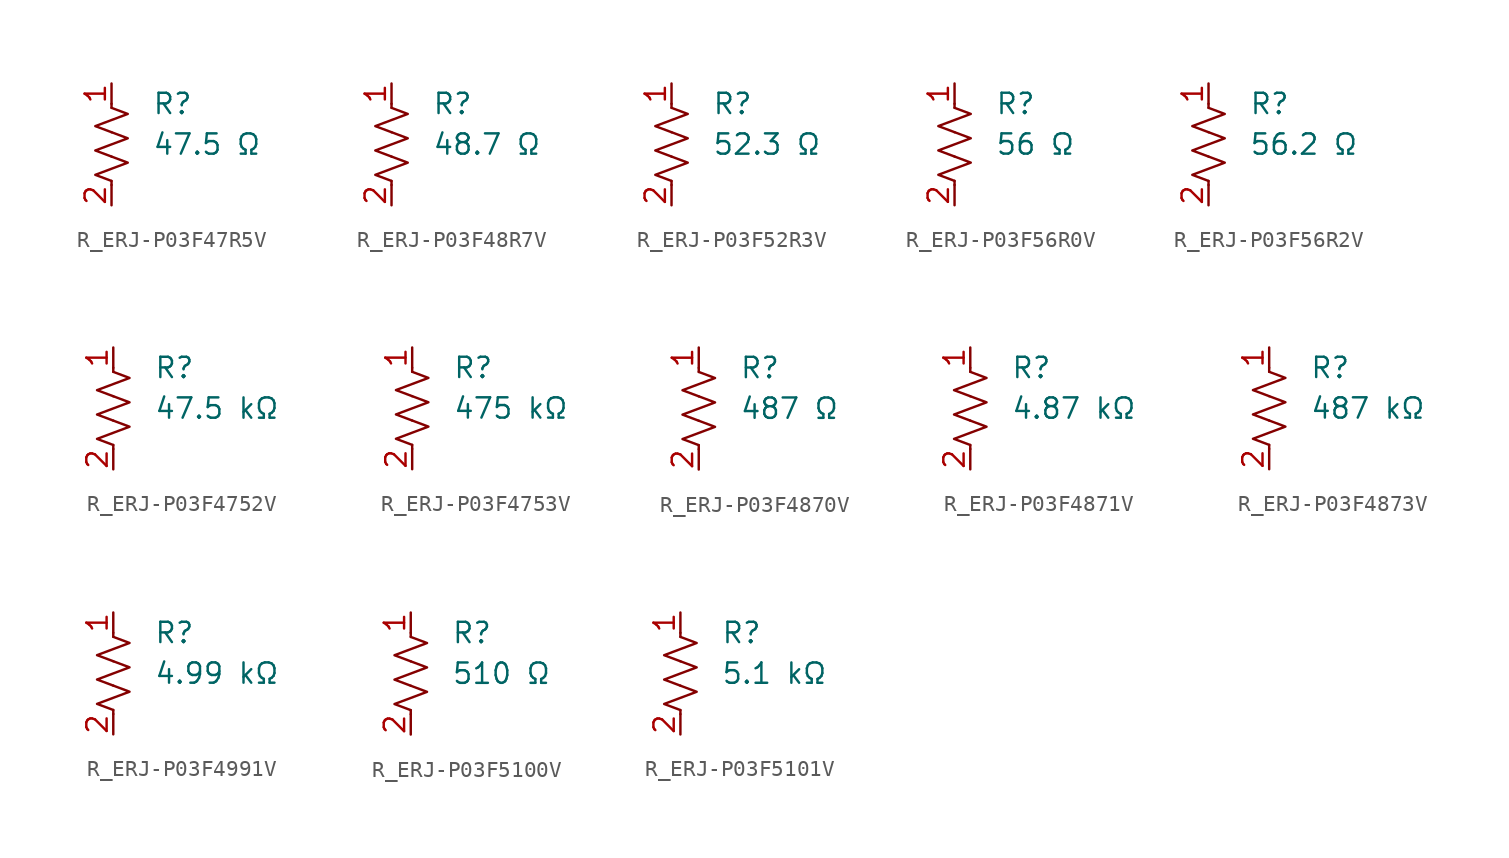
<source format=kicad_sym>
(kicad_symbol_lib
  (version 20231120)
  (generator "kicad_symbol_editor")
  (generator_version "8.0")
  (symbol "R_ERJ-P03F47R5V"
    (pin_names
      (offset 0.254))
    (property "Value" "47.5 Ω"
      (at 2.54 0 0)
      (effects (font (size 1.27 1.27)) (justify left)))
    (property "Reference" "R"
      (at 2.54 2.54 0)
      (effects (font (size 1.27 1.27)) (justify left)))
    (symbol "R_ERJ-P03F47R5V_0_1"
      (polyline (pts (xy 0 -2.286) (xy 0 -2.54)) (stroke (width 0) (type default)) (fill (type none)))
      (polyline (pts (xy 0 2.286) (xy 0 2.54)) (stroke (width 0) (type default)) (fill (type none)))
      (polyline (pts (xy 0 -0.762) (xy 1.016 -1.143) (xy 0 -1.524) (xy -1.016 -1.905) (xy 0 -2.286)) (stroke (width 0) (type default)) (fill (type none)))
      (polyline (pts (xy 0 0.762) (xy 1.016 0.381) (xy 0 0) (xy -1.016 -0.381) (xy 0 -0.762)) (stroke (width 0) (type default)) (fill (type none)))
      (polyline (pts (xy 0 2.286) (xy 1.016 1.905) (xy 0 1.524) (xy -1.016 1.143) (xy 0 0.762)) (stroke (width 0) (type default)) (fill (type none))))
    (symbol "R_ERJ-P03F47R5V_1_1"
      (pin passive line (at 0 3.81 270) (length 1.27) (name "~" (effects (font (size 1.27 1.27)))) (number "1" (effects (font (size 1.27 1.27)))))
      (pin passive line (at 0 -3.81 90) (length 1.27) (name "~" (effects (font (size 1.27 1.27)))) (number "2" (effects (font (size 1.27 1.27)))))))
  (symbol "R_ERJ-P03F48R7V"
    (pin_names
      (offset 0.254))
    (property "Value" "48.7 Ω"
      (at 2.54 0 0)
      (effects (font (size 1.27 1.27)) (justify left)))
    (property "Reference" "R"
      (at 2.54 2.54 0)
      (effects (font (size 1.27 1.27)) (justify left)))
    (symbol "R_ERJ-P03F48R7V_0_1"
      (polyline (pts (xy 0 -2.286) (xy 0 -2.54)) (stroke (width 0) (type default)) (fill (type none)))
      (polyline (pts (xy 0 2.286) (xy 0 2.54)) (stroke (width 0) (type default)) (fill (type none)))
      (polyline (pts (xy 0 -0.762) (xy 1.016 -1.143) (xy 0 -1.524) (xy -1.016 -1.905) (xy 0 -2.286)) (stroke (width 0) (type default)) (fill (type none)))
      (polyline (pts (xy 0 0.762) (xy 1.016 0.381) (xy 0 0) (xy -1.016 -0.381) (xy 0 -0.762)) (stroke (width 0) (type default)) (fill (type none)))
      (polyline (pts (xy 0 2.286) (xy 1.016 1.905) (xy 0 1.524) (xy -1.016 1.143) (xy 0 0.762)) (stroke (width 0) (type default)) (fill (type none))))
    (symbol "R_ERJ-P03F48R7V_1_1"
      (pin passive line (at 0 3.81 270) (length 1.27) (name "~" (effects (font (size 1.27 1.27)))) (number "1" (effects (font (size 1.27 1.27)))))
      (pin passive line (at 0 -3.81 90) (length 1.27) (name "~" (effects (font (size 1.27 1.27)))) (number "2" (effects (font (size 1.27 1.27)))))))
  (symbol "R_ERJ-P03F52R3V"
    (pin_names
      (offset 0.254))
    (property "Value" "52.3 Ω"
      (at 2.54 0 0)
      (effects (font (size 1.27 1.27)) (justify left)))
    (property "Reference" "R"
      (at 2.54 2.54 0)
      (effects (font (size 1.27 1.27)) (justify left)))
    (symbol "R_ERJ-P03F52R3V_0_1"
      (polyline (pts (xy 0 -2.286) (xy 0 -2.54)) (stroke (width 0) (type default)) (fill (type none)))
      (polyline (pts (xy 0 2.286) (xy 0 2.54)) (stroke (width 0) (type default)) (fill (type none)))
      (polyline (pts (xy 0 -0.762) (xy 1.016 -1.143) (xy 0 -1.524) (xy -1.016 -1.905) (xy 0 -2.286)) (stroke (width 0) (type default)) (fill (type none)))
      (polyline (pts (xy 0 0.762) (xy 1.016 0.381) (xy 0 0) (xy -1.016 -0.381) (xy 0 -0.762)) (stroke (width 0) (type default)) (fill (type none)))
      (polyline (pts (xy 0 2.286) (xy 1.016 1.905) (xy 0 1.524) (xy -1.016 1.143) (xy 0 0.762)) (stroke (width 0) (type default)) (fill (type none))))
    (symbol "R_ERJ-P03F52R3V_1_1"
      (pin passive line (at 0 3.81 270) (length 1.27) (name "~" (effects (font (size 1.27 1.27)))) (number "1" (effects (font (size 1.27 1.27)))))
      (pin passive line (at 0 -3.81 90) (length 1.27) (name "~" (effects (font (size 1.27 1.27)))) (number "2" (effects (font (size 1.27 1.27)))))))
  (symbol "R_ERJ-P03F56R0V"
    (pin_names
      (offset 0.254))
    (property "Value" "56 Ω"
      (at 2.54 0 0)
      (effects (font (size 1.27 1.27)) (justify left)))
    (property "Reference" "R"
      (at 2.54 2.54 0)
      (effects (font (size 1.27 1.27)) (justify left)))
    (symbol "R_ERJ-P03F56R0V_0_1"
      (polyline (pts (xy 0 -2.286) (xy 0 -2.54)) (stroke (width 0) (type default)) (fill (type none)))
      (polyline (pts (xy 0 2.286) (xy 0 2.54)) (stroke (width 0) (type default)) (fill (type none)))
      (polyline (pts (xy 0 -0.762) (xy 1.016 -1.143) (xy 0 -1.524) (xy -1.016 -1.905) (xy 0 -2.286)) (stroke (width 0) (type default)) (fill (type none)))
      (polyline (pts (xy 0 0.762) (xy 1.016 0.381) (xy 0 0) (xy -1.016 -0.381) (xy 0 -0.762)) (stroke (width 0) (type default)) (fill (type none)))
      (polyline (pts (xy 0 2.286) (xy 1.016 1.905) (xy 0 1.524) (xy -1.016 1.143) (xy 0 0.762)) (stroke (width 0) (type default)) (fill (type none))))
    (symbol "R_ERJ-P03F56R0V_1_1"
      (pin passive line (at 0 3.81 270) (length 1.27) (name "~" (effects (font (size 1.27 1.27)))) (number "1" (effects (font (size 1.27 1.27)))))
      (pin passive line (at 0 -3.81 90) (length 1.27) (name "~" (effects (font (size 1.27 1.27)))) (number "2" (effects (font (size 1.27 1.27)))))))
  (symbol "R_ERJ-P03F56R2V"
    (pin_names
      (offset 0.254))
    (property "Value" "56.2 Ω"
      (at 2.54 0 0)
      (effects (font (size 1.27 1.27)) (justify left)))
    (property "Reference" "R"
      (at 2.54 2.54 0)
      (effects (font (size 1.27 1.27)) (justify left)))
    (symbol "R_ERJ-P03F56R2V_0_1"
      (polyline (pts (xy 0 -2.286) (xy 0 -2.54)) (stroke (width 0) (type default)) (fill (type none)))
      (polyline (pts (xy 0 2.286) (xy 0 2.54)) (stroke (width 0) (type default)) (fill (type none)))
      (polyline (pts (xy 0 -0.762) (xy 1.016 -1.143) (xy 0 -1.524) (xy -1.016 -1.905) (xy 0 -2.286)) (stroke (width 0) (type default)) (fill (type none)))
      (polyline (pts (xy 0 0.762) (xy 1.016 0.381) (xy 0 0) (xy -1.016 -0.381) (xy 0 -0.762)) (stroke (width 0) (type default)) (fill (type none)))
      (polyline (pts (xy 0 2.286) (xy 1.016 1.905) (xy 0 1.524) (xy -1.016 1.143) (xy 0 0.762)) (stroke (width 0) (type default)) (fill (type none))))
    (symbol "R_ERJ-P03F56R2V_1_1"
      (pin passive line (at 0 3.81 270) (length 1.27) (name "~" (effects (font (size 1.27 1.27)))) (number "1" (effects (font (size 1.27 1.27)))))
      (pin passive line (at 0 -3.81 90) (length 1.27) (name "~" (effects (font (size 1.27 1.27)))) (number "2" (effects (font (size 1.27 1.27)))))))
  (symbol "R_ERJ-P03F4752V"
    (pin_names
      (offset 0.254))
    (property "Value" "47.5 kΩ"
      (at 2.54 0 0)
      (effects (font (size 1.27 1.27)) (justify left)))
    (property "Reference" "R"
      (at 2.54 2.54 0)
      (effects (font (size 1.27 1.27)) (justify left)))
    (symbol "R_ERJ-P03F4752V_0_1"
      (polyline (pts (xy 0 -2.286) (xy 0 -2.54)) (stroke (width 0) (type default)) (fill (type none)))
      (polyline (pts (xy 0 2.286) (xy 0 2.54)) (stroke (width 0) (type default)) (fill (type none)))
      (polyline (pts (xy 0 -0.762) (xy 1.016 -1.143) (xy 0 -1.524) (xy -1.016 -1.905) (xy 0 -2.286)) (stroke (width 0) (type default)) (fill (type none)))
      (polyline (pts (xy 0 0.762) (xy 1.016 0.381) (xy 0 0) (xy -1.016 -0.381) (xy 0 -0.762)) (stroke (width 0) (type default)) (fill (type none)))
      (polyline (pts (xy 0 2.286) (xy 1.016 1.905) (xy 0 1.524) (xy -1.016 1.143) (xy 0 0.762)) (stroke (width 0) (type default)) (fill (type none))))
    (symbol "R_ERJ-P03F4752V_1_1"
      (pin passive line (at 0 3.81 270) (length 1.27) (name "~" (effects (font (size 1.27 1.27)))) (number "1" (effects (font (size 1.27 1.27)))))
      (pin passive line (at 0 -3.81 90) (length 1.27) (name "~" (effects (font (size 1.27 1.27)))) (number "2" (effects (font (size 1.27 1.27)))))))
  (symbol "R_ERJ-P03F4753V"
    (pin_names
      (offset 0.254))
    (property "Value" "475 kΩ"
      (at 2.54 0 0)
      (effects (font (size 1.27 1.27)) (justify left)))
    (property "Reference" "R"
      (at 2.54 2.54 0)
      (effects (font (size 1.27 1.27)) (justify left)))
    (symbol "R_ERJ-P03F4753V_0_1"
      (polyline (pts (xy 0 -2.286) (xy 0 -2.54)) (stroke (width 0) (type default)) (fill (type none)))
      (polyline (pts (xy 0 2.286) (xy 0 2.54)) (stroke (width 0) (type default)) (fill (type none)))
      (polyline (pts (xy 0 -0.762) (xy 1.016 -1.143) (xy 0 -1.524) (xy -1.016 -1.905) (xy 0 -2.286)) (stroke (width 0) (type default)) (fill (type none)))
      (polyline (pts (xy 0 0.762) (xy 1.016 0.381) (xy 0 0) (xy -1.016 -0.381) (xy 0 -0.762)) (stroke (width 0) (type default)) (fill (type none)))
      (polyline (pts (xy 0 2.286) (xy 1.016 1.905) (xy 0 1.524) (xy -1.016 1.143) (xy 0 0.762)) (stroke (width 0) (type default)) (fill (type none))))
    (symbol "R_ERJ-P03F4753V_1_1"
      (pin passive line (at 0 3.81 270) (length 1.27) (name "~" (effects (font (size 1.27 1.27)))) (number "1" (effects (font (size 1.27 1.27)))))
      (pin passive line (at 0 -3.81 90) (length 1.27) (name "~" (effects (font (size 1.27 1.27)))) (number "2" (effects (font (size 1.27 1.27)))))))
  (symbol "R_ERJ-P03F4870V"
    (pin_names
      (offset 0.254))
    (property "Value" "487 Ω"
      (at 2.54 0 0)
      (effects (font (size 1.27 1.27)) (justify left)))
    (property "Reference" "R"
      (at 2.54 2.54 0)
      (effects (font (size 1.27 1.27)) (justify left)))
    (symbol "R_ERJ-P03F4870V_0_1"
      (polyline (pts (xy 0 -2.286) (xy 0 -2.54)) (stroke (width 0) (type default)) (fill (type none)))
      (polyline (pts (xy 0 2.286) (xy 0 2.54)) (stroke (width 0) (type default)) (fill (type none)))
      (polyline (pts (xy 0 -0.762) (xy 1.016 -1.143) (xy 0 -1.524) (xy -1.016 -1.905) (xy 0 -2.286)) (stroke (width 0) (type default)) (fill (type none)))
      (polyline (pts (xy 0 0.762) (xy 1.016 0.381) (xy 0 0) (xy -1.016 -0.381) (xy 0 -0.762)) (stroke (width 0) (type default)) (fill (type none)))
      (polyline (pts (xy 0 2.286) (xy 1.016 1.905) (xy 0 1.524) (xy -1.016 1.143) (xy 0 0.762)) (stroke (width 0) (type default)) (fill (type none))))
    (symbol "R_ERJ-P03F4870V_1_1"
      (pin passive line (at 0 3.81 270) (length 1.27) (name "~" (effects (font (size 1.27 1.27)))) (number "1" (effects (font (size 1.27 1.27)))))
      (pin passive line (at 0 -3.81 90) (length 1.27) (name "~" (effects (font (size 1.27 1.27)))) (number "2" (effects (font (size 1.27 1.27)))))))
  (symbol "R_ERJ-P03F4871V"
    (pin_names
      (offset 0.254))
    (property "Value" "4.87 kΩ"
      (at 2.54 0 0)
      (effects (font (size 1.27 1.27)) (justify left)))
    (property "Reference" "R"
      (at 2.54 2.54 0)
      (effects (font (size 1.27 1.27)) (justify left)))
    (symbol "R_ERJ-P03F4871V_0_1"
      (polyline (pts (xy 0 -2.286) (xy 0 -2.54)) (stroke (width 0) (type default)) (fill (type none)))
      (polyline (pts (xy 0 2.286) (xy 0 2.54)) (stroke (width 0) (type default)) (fill (type none)))
      (polyline (pts (xy 0 -0.762) (xy 1.016 -1.143) (xy 0 -1.524) (xy -1.016 -1.905) (xy 0 -2.286)) (stroke (width 0) (type default)) (fill (type none)))
      (polyline (pts (xy 0 0.762) (xy 1.016 0.381) (xy 0 0) (xy -1.016 -0.381) (xy 0 -0.762)) (stroke (width 0) (type default)) (fill (type none)))
      (polyline (pts (xy 0 2.286) (xy 1.016 1.905) (xy 0 1.524) (xy -1.016 1.143) (xy 0 0.762)) (stroke (width 0) (type default)) (fill (type none))))
    (symbol "R_ERJ-P03F4871V_1_1"
      (pin passive line (at 0 3.81 270) (length 1.27) (name "~" (effects (font (size 1.27 1.27)))) (number "1" (effects (font (size 1.27 1.27)))))
      (pin passive line (at 0 -3.81 90) (length 1.27) (name "~" (effects (font (size 1.27 1.27)))) (number "2" (effects (font (size 1.27 1.27)))))))
  (symbol "R_ERJ-P03F4873V"
    (pin_names
      (offset 0.254))
    (property "Value" "487 kΩ"
      (at 2.54 0 0)
      (effects (font (size 1.27 1.27)) (justify left)))
    (property "Reference" "R"
      (at 2.54 2.54 0)
      (effects (font (size 1.27 1.27)) (justify left)))
    (symbol "R_ERJ-P03F4873V_0_1"
      (polyline (pts (xy 0 -2.286) (xy 0 -2.54)) (stroke (width 0) (type default)) (fill (type none)))
      (polyline (pts (xy 0 2.286) (xy 0 2.54)) (stroke (width 0) (type default)) (fill (type none)))
      (polyline (pts (xy 0 -0.762) (xy 1.016 -1.143) (xy 0 -1.524) (xy -1.016 -1.905) (xy 0 -2.286)) (stroke (width 0) (type default)) (fill (type none)))
      (polyline (pts (xy 0 0.762) (xy 1.016 0.381) (xy 0 0) (xy -1.016 -0.381) (xy 0 -0.762)) (stroke (width 0) (type default)) (fill (type none)))
      (polyline (pts (xy 0 2.286) (xy 1.016 1.905) (xy 0 1.524) (xy -1.016 1.143) (xy 0 0.762)) (stroke (width 0) (type default)) (fill (type none))))
    (symbol "R_ERJ-P03F4873V_1_1"
      (pin passive line (at 0 3.81 270) (length 1.27) (name "~" (effects (font (size 1.27 1.27)))) (number "1" (effects (font (size 1.27 1.27)))))
      (pin passive line (at 0 -3.81 90) (length 1.27) (name "~" (effects (font (size 1.27 1.27)))) (number "2" (effects (font (size 1.27 1.27)))))))
  (symbol "R_ERJ-P03F4991V"
    (pin_names
      (offset 0.254))
    (property "Value" "4.99 kΩ"
      (at 2.54 0 0)
      (effects (font (size 1.27 1.27)) (justify left)))
    (property "Reference" "R"
      (at 2.54 2.54 0)
      (effects (font (size 1.27 1.27)) (justify left)))
    (symbol "R_ERJ-P03F4991V_0_1"
      (polyline (pts (xy 0 -2.286) (xy 0 -2.54)) (stroke (width 0) (type default)) (fill (type none)))
      (polyline (pts (xy 0 2.286) (xy 0 2.54)) (stroke (width 0) (type default)) (fill (type none)))
      (polyline (pts (xy 0 -0.762) (xy 1.016 -1.143) (xy 0 -1.524) (xy -1.016 -1.905) (xy 0 -2.286)) (stroke (width 0) (type default)) (fill (type none)))
      (polyline (pts (xy 0 0.762) (xy 1.016 0.381) (xy 0 0) (xy -1.016 -0.381) (xy 0 -0.762)) (stroke (width 0) (type default)) (fill (type none)))
      (polyline (pts (xy 0 2.286) (xy 1.016 1.905) (xy 0 1.524) (xy -1.016 1.143) (xy 0 0.762)) (stroke (width 0) (type default)) (fill (type none))))
    (symbol "R_ERJ-P03F4991V_1_1"
      (pin passive line (at 0 3.81 270) (length 1.27) (name "~" (effects (font (size 1.27 1.27)))) (number "1" (effects (font (size 1.27 1.27)))))
      (pin passive line (at 0 -3.81 90) (length 1.27) (name "~" (effects (font (size 1.27 1.27)))) (number "2" (effects (font (size 1.27 1.27)))))))
  (symbol "R_ERJ-P03F5100V"
    (pin_names
      (offset 0.254))
    (property "Value" "510 Ω"
      (at 2.54 0 0)
      (effects (font (size 1.27 1.27)) (justify left)))
    (property "Reference" "R"
      (at 2.54 2.54 0)
      (effects (font (size 1.27 1.27)) (justify left)))
    (symbol "R_ERJ-P03F5100V_0_1"
      (polyline (pts (xy 0 -2.286) (xy 0 -2.54)) (stroke (width 0) (type default)) (fill (type none)))
      (polyline (pts (xy 0 2.286) (xy 0 2.54)) (stroke (width 0) (type default)) (fill (type none)))
      (polyline (pts (xy 0 -0.762) (xy 1.016 -1.143) (xy 0 -1.524) (xy -1.016 -1.905) (xy 0 -2.286)) (stroke (width 0) (type default)) (fill (type none)))
      (polyline (pts (xy 0 0.762) (xy 1.016 0.381) (xy 0 0) (xy -1.016 -0.381) (xy 0 -0.762)) (stroke (width 0) (type default)) (fill (type none)))
      (polyline (pts (xy 0 2.286) (xy 1.016 1.905) (xy 0 1.524) (xy -1.016 1.143) (xy 0 0.762)) (stroke (width 0) (type default)) (fill (type none))))
    (symbol "R_ERJ-P03F5100V_1_1"
      (pin passive line (at 0 3.81 270) (length 1.27) (name "~" (effects (font (size 1.27 1.27)))) (number "1" (effects (font (size 1.27 1.27)))))
      (pin passive line (at 0 -3.81 90) (length 1.27) (name "~" (effects (font (size 1.27 1.27)))) (number "2" (effects (font (size 1.27 1.27)))))))
  (symbol "R_ERJ-P03F5101V"
    (pin_names
      (offset 0.254))
    (property "Value" "5.1 kΩ"
      (at 2.54 0 0)
      (effects (font (size 1.27 1.27)) (justify left)))
    (property "Reference" "R"
      (at 2.54 2.54 0)
      (effects (font (size 1.27 1.27)) (justify left)))
    (symbol "R_ERJ-P03F5101V_0_1"
      (polyline (pts (xy 0 -2.286) (xy 0 -2.54)) (stroke (width 0) (type default)) (fill (type none)))
      (polyline (pts (xy 0 2.286) (xy 0 2.54)) (stroke (width 0) (type default)) (fill (type none)))
      (polyline (pts (xy 0 -0.762) (xy 1.016 -1.143) (xy 0 -1.524) (xy -1.016 -1.905) (xy 0 -2.286)) (stroke (width 0) (type default)) (fill (type none)))
      (polyline (pts (xy 0 0.762) (xy 1.016 0.381) (xy 0 0) (xy -1.016 -0.381) (xy 0 -0.762)) (stroke (width 0) (type default)) (fill (type none)))
      (polyline (pts (xy 0 2.286) (xy 1.016 1.905) (xy 0 1.524) (xy -1.016 1.143) (xy 0 0.762)) (stroke (width 0) (type default)) (fill (type none))))
    (symbol "R_ERJ-P03F5101V_1_1"
      (pin passive line (at 0 3.81 270) (length 1.27) (name "~" (effects (font (size 1.27 1.27)))) (number "1" (effects (font (size 1.27 1.27)))))
      (pin passive line (at 0 -3.81 90) (length 1.27) (name "~" (effects (font (size 1.27 1.27)))) (number "2" (effects (font (size 1.27 1.27))))))))
</source>
